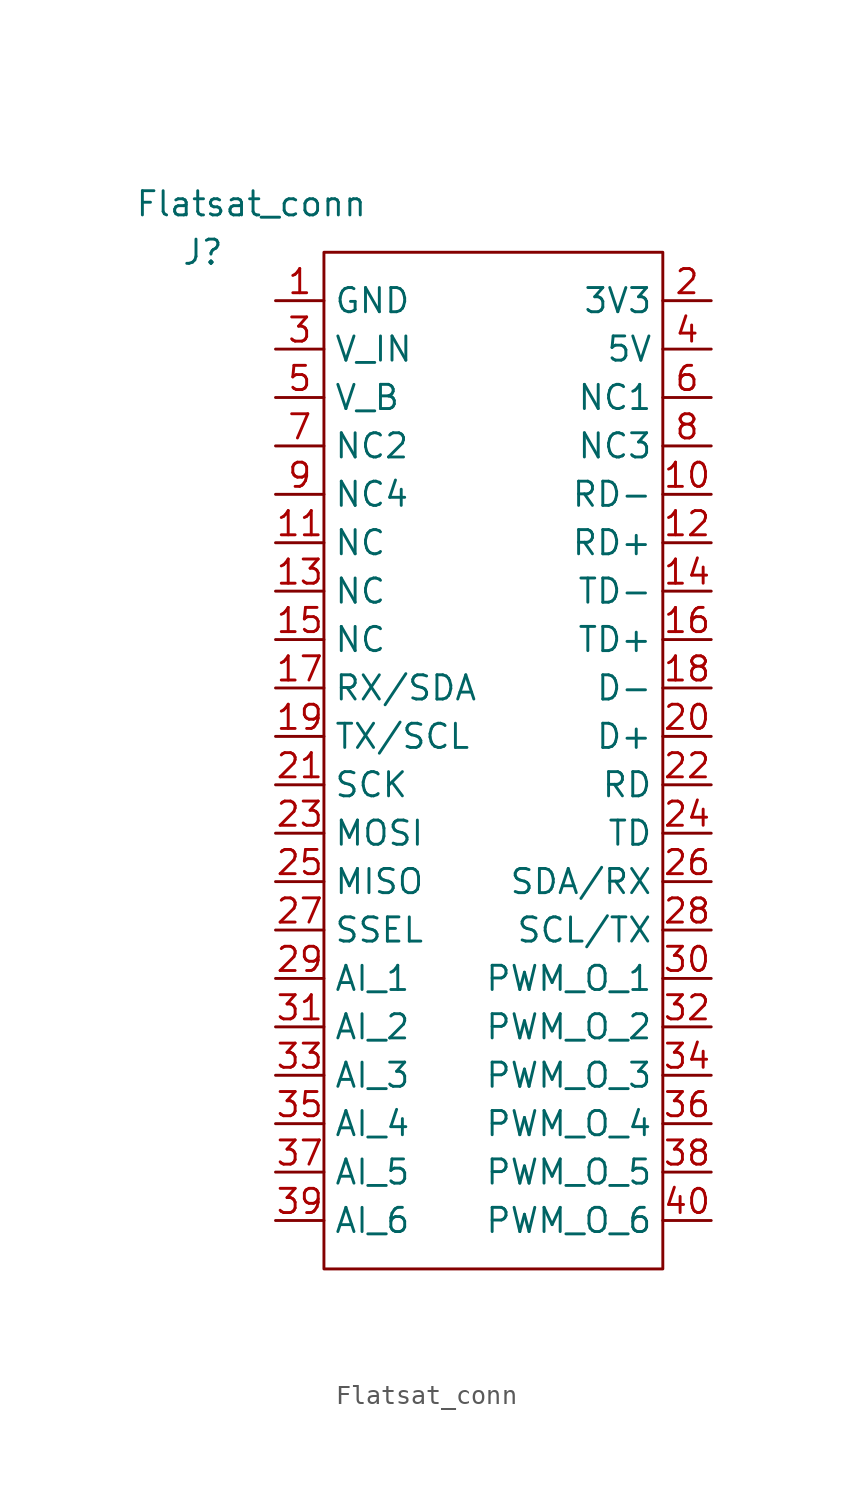
<source format=kicad_sym>
(kicad_symbol_lib
  (version 20211014)
  (generator kicad_symbol_editor)
  (symbol "Flatsat_conn"
    (property "Reference" "J"
      (at -6.35 2.54 0)
      (effects (font (size 1.27 1.27))))
    (property "Value" "Flatsat_conn"
      (at -3.81 5.08 0)
      (effects (font (size 1.27 1.27))))
    (symbol "Flatsat_conn_0_0"
      (pin unspecified line (at -2.54 0 0) (length 2.54) (name "GND" (effects (font (size 1.27 1.27)))) (number "1" (effects (font (size 1.27 1.27)))))
      (pin unspecified line (at 20.32 -10.16 180) (length 2.54) (name "RD-" (effects (font (size 1.27 1.27)))) (number "10" (effects (font (size 1.27 1.27)))))
      (pin unspecified line (at -2.54 -12.7 0) (length 2.54) (name "NC" (effects (font (size 1.27 1.27)))) (number "11" (effects (font (size 1.27 1.27)))))
      (pin unspecified line (at 20.32 -12.7 180) (length 2.54) (name "RD+" (effects (font (size 1.27 1.27)))) (number "12" (effects (font (size 1.27 1.27)))))
      (pin unspecified line (at -2.54 -15.24 0) (length 2.54) (name "NC" (effects (font (size 1.27 1.27)))) (number "13" (effects (font (size 1.27 1.27)))))
      (pin unspecified line (at 20.32 -15.24 180) (length 2.54) (name "TD-" (effects (font (size 1.27 1.27)))) (number "14" (effects (font (size 1.27 1.27)))))
      (pin unspecified line (at -2.54 -17.78 0) (length 2.54) (name "NC" (effects (font (size 1.27 1.27)))) (number "15" (effects (font (size 1.27 1.27)))))
      (pin unspecified line (at 20.32 -17.78 180) (length 2.54) (name "TD+" (effects (font (size 1.27 1.27)))) (number "16" (effects (font (size 1.27 1.27)))))
      (pin unspecified line (at -2.54 -20.32 0) (length 2.54) (name "RX/SDA" (effects (font (size 1.27 1.27)))) (number "17" (effects (font (size 1.27 1.27)))))
      (pin unspecified line (at 20.32 -20.32 180) (length 2.54) (name "D-" (effects (font (size 1.27 1.27)))) (number "18" (effects (font (size 1.27 1.27)))))
      (pin unspecified line (at -2.54 -22.86 0) (length 2.54) (name "TX/SCL" (effects (font (size 1.27 1.27)))) (number "19" (effects (font (size 1.27 1.27)))))
      (pin unspecified line (at 20.32 0 180) (length 2.54) (name "3V3" (effects (font (size 1.27 1.27)))) (number "2" (effects (font (size 1.27 1.27)))))
      (pin unspecified line (at 20.32 -22.86 180) (length 2.54) (name "D+" (effects (font (size 1.27 1.27)))) (number "20" (effects (font (size 1.27 1.27)))))
      (pin unspecified line (at -2.54 -25.4 0) (length 2.54) (name "SCK" (effects (font (size 1.27 1.27)))) (number "21" (effects (font (size 1.27 1.27)))))
      (pin unspecified line (at 20.32 -25.4 180) (length 2.54) (name "RD" (effects (font (size 1.27 1.27)))) (number "22" (effects (font (size 1.27 1.27)))))
      (pin unspecified line (at -2.54 -27.94 0) (length 2.54) (name "MOSI" (effects (font (size 1.27 1.27)))) (number "23" (effects (font (size 1.27 1.27)))))
      (pin unspecified line (at 20.32 -27.94 180) (length 2.54) (name "TD" (effects (font (size 1.27 1.27)))) (number "24" (effects (font (size 1.27 1.27)))))
      (pin unspecified line (at -2.54 -30.48 0) (length 2.54) (name "MISO" (effects (font (size 1.27 1.27)))) (number "25" (effects (font (size 1.27 1.27)))))
      (pin unspecified line (at 20.32 -30.48 180) (length 2.54) (name "SDA/RX" (effects (font (size 1.27 1.27)))) (number "26" (effects (font (size 1.27 1.27)))))
      (pin unspecified line (at -2.54 -33.02 0) (length 2.54) (name "SSEL" (effects (font (size 1.27 1.27)))) (number "27" (effects (font (size 1.27 1.27)))))
      (pin unspecified line (at 20.32 -33.02 180) (length 2.54) (name "SCL/TX" (effects (font (size 1.27 1.27)))) (number "28" (effects (font (size 1.27 1.27)))))
      (pin unspecified line (at -2.54 -35.56 0) (length 2.54) (name "AI_1" (effects (font (size 1.27 1.27)))) (number "29" (effects (font (size 1.27 1.27)))))
      (pin unspecified line (at -2.54 -2.54 0) (length 2.54) (name "V_IN" (effects (font (size 1.27 1.27)))) (number "3" (effects (font (size 1.27 1.27)))))
      (pin unspecified line (at 20.32 -35.56 180) (length 2.54) (name "PWM_O_1" (effects (font (size 1.27 1.27)))) (number "30" (effects (font (size 1.27 1.27)))))
      (pin unspecified line (at -2.54 -38.1 0) (length 2.54) (name "AI_2" (effects (font (size 1.27 1.27)))) (number "31" (effects (font (size 1.27 1.27)))))
      (pin unspecified line (at 20.32 -38.1 180) (length 2.54) (name "PWM_O_2" (effects (font (size 1.27 1.27)))) (number "32" (effects (font (size 1.27 1.27)))))
      (pin unspecified line (at -2.54 -40.64 0) (length 2.54) (name "AI_3" (effects (font (size 1.27 1.27)))) (number "33" (effects (font (size 1.27 1.27)))))
      (pin unspecified line (at 20.32 -40.64 180) (length 2.54) (name "PWM_O_3" (effects (font (size 1.27 1.27)))) (number "34" (effects (font (size 1.27 1.27)))))
      (pin unspecified line (at -2.54 -43.18 0) (length 2.54) (name "AI_4" (effects (font (size 1.27 1.27)))) (number "35" (effects (font (size 1.27 1.27)))))
      (pin unspecified line (at 20.32 -43.18 180) (length 2.54) (name "PWM_O_4" (effects (font (size 1.27 1.27)))) (number "36" (effects (font (size 1.27 1.27)))))
      (pin unspecified line (at -2.54 -45.72 0) (length 2.54) (name "AI_5" (effects (font (size 1.27 1.27)))) (number "37" (effects (font (size 1.27 1.27)))))
      (pin unspecified line (at 20.32 -45.72 180) (length 2.54) (name "PWM_O_5" (effects (font (size 1.27 1.27)))) (number "38" (effects (font (size 1.27 1.27)))))
      (pin unspecified line (at -2.54 -48.26 0) (length 2.54) (name "AI_6" (effects (font (size 1.27 1.27)))) (number "39" (effects (font (size 1.27 1.27)))))
      (pin unspecified line (at 20.32 -2.54 180) (length 2.54) (name "5V" (effects (font (size 1.27 1.27)))) (number "4" (effects (font (size 1.27 1.27)))))
      (pin unspecified line (at 20.32 -48.26 180) (length 2.54) (name "PWM_O_6" (effects (font (size 1.27 1.27)))) (number "40" (effects (font (size 1.27 1.27)))))
      (pin unspecified line (at -2.54 -5.08 0) (length 2.54) (name "V_B" (effects (font (size 1.27 1.27)))) (number "5" (effects (font (size 1.27 1.27)))))
      (pin unspecified line (at 20.32 -5.08 180) (length 2.54) (name "NC1" (effects (font (size 1.27 1.27)))) (number "6" (effects (font (size 1.27 1.27)))))
      (pin unspecified line (at -2.54 -7.62 0) (length 2.54) (name "NC2" (effects (font (size 1.27 1.27)))) (number "7" (effects (font (size 1.27 1.27)))))
      (pin unspecified line (at 20.32 -7.62 180) (length 2.54) (name "NC3" (effects (font (size 1.27 1.27)))) (number "8" (effects (font (size 1.27 1.27)))))
      (pin unspecified line (at -2.54 -10.16 0) (length 2.54) (name "NC4" (effects (font (size 1.27 1.27)))) (number "9" (effects (font (size 1.27 1.27))))))
    (symbol "Flatsat_conn_0_1"
      (rectangle (start 0 2.54) (end 17.78 -50.8) (stroke (width 0) (type default) (color 0 0 0 0)) (fill (type none))))))
</source>
